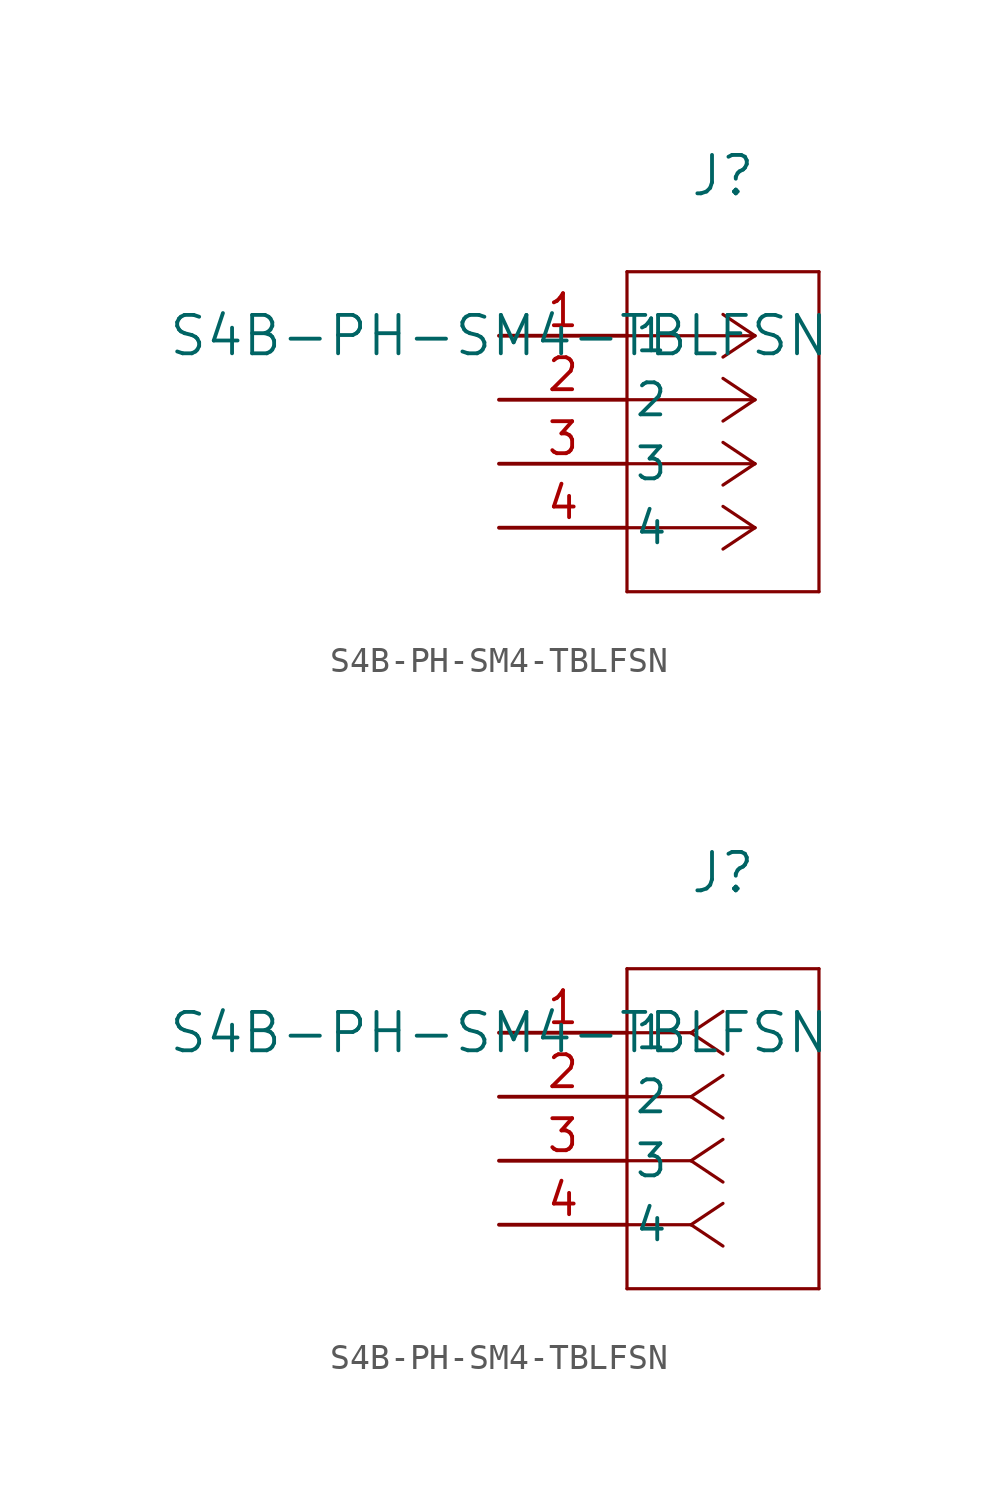
<source format=kicad_sym>
(kicad_symbol_lib
  (version 20211014)
  (generator kicad_symbol_editor)
  (symbol "S4B-PH-SM4-TBLFSN"
    (pin_names
      (offset 0.254))
    (property "Reference" "J"
      (at 8.89 6.35 0)
      (effects (font (size 1.524 1.524))))
    (property "Value" "S4B-PH-SM4-TBLFSN"
      (at 0 0 0)
      (effects (font (size 1.524 1.524))))
    (symbol "S4B-PH-SM4-TBLFSN_1_1"
      (polyline (pts (xy 10.16 0) (xy 5.08 0)) (stroke (width 0.127) (type default) (color 0 0 0 0)) (fill (type none)))
      (polyline (pts (xy 10.16 -2.54) (xy 5.08 -2.54)) (stroke (width 0.127) (type default) (color 0 0 0 0)) (fill (type none)))
      (polyline (pts (xy 10.16 -5.08) (xy 5.08 -5.08)) (stroke (width 0.127) (type default) (color 0 0 0 0)) (fill (type none)))
      (polyline (pts (xy 10.16 -7.62) (xy 5.08 -7.62)) (stroke (width 0.127) (type default) (color 0 0 0 0)) (fill (type none)))
      (polyline (pts (xy 10.16 0) (xy 8.89 0.847)) (stroke (width 0.127) (type default) (color 0 0 0 0)) (fill (type none)))
      (polyline (pts (xy 10.16 -2.54) (xy 8.89 -1.693)) (stroke (width 0.127) (type default) (color 0 0 0 0)) (fill (type none)))
      (polyline (pts (xy 10.16 -5.08) (xy 8.89 -4.233)) (stroke (width 0.127) (type default) (color 0 0 0 0)) (fill (type none)))
      (polyline (pts (xy 10.16 -7.62) (xy 8.89 -6.773)) (stroke (width 0.127) (type default) (color 0 0 0 0)) (fill (type none)))
      (polyline (pts (xy 10.16 0) (xy 8.89 -0.847)) (stroke (width 0.127) (type default) (color 0 0 0 0)) (fill (type none)))
      (polyline (pts (xy 10.16 -2.54) (xy 8.89 -3.387)) (stroke (width 0.127) (type default) (color 0 0 0 0)) (fill (type none)))
      (polyline (pts (xy 10.16 -5.08) (xy 8.89 -5.927)) (stroke (width 0.127) (type default) (color 0 0 0 0)) (fill (type none)))
      (polyline (pts (xy 10.16 -7.62) (xy 8.89 -8.467)) (stroke (width 0.127) (type default) (color 0 0 0 0)) (fill (type none)))
      (polyline (pts (xy 5.08 2.54) (xy 5.08 -10.16)) (stroke (width 0.127) (type default) (color 0 0 0 0)) (fill (type none)))
      (polyline (pts (xy 5.08 -10.16) (xy 12.7 -10.16)) (stroke (width 0.127) (type default) (color 0 0 0 0)) (fill (type none)))
      (polyline (pts (xy 12.7 -10.16) (xy 12.7 2.54)) (stroke (width 0.127) (type default) (color 0 0 0 0)) (fill (type none)))
      (polyline (pts (xy 12.7 2.54) (xy 5.08 2.54)) (stroke (width 0.127) (type default) (color 0 0 0 0)) (fill (type none)))
      (pin unspecified line (at 0 0 0) (length 5.08) (name "1" (effects (font (size 1.27 1.27)))) (number "1" (effects (font (size 1.27 1.27)))))
      (pin unspecified line (at 0 -2.54 0) (length 5.08) (name "2" (effects (font (size 1.27 1.27)))) (number "2" (effects (font (size 1.27 1.27)))))
      (pin unspecified line (at 0 -5.08 0) (length 5.08) (name "3" (effects (font (size 1.27 1.27)))) (number "3" (effects (font (size 1.27 1.27)))))
      (pin unspecified line (at 0 -7.62 0) (length 5.08) (name "4" (effects (font (size 1.27 1.27)))) (number "4" (effects (font (size 1.27 1.27))))))
    (symbol "S4B-PH-SM4-TBLFSN_1_2"
      (polyline (pts (xy 7.62 0) (xy 5.08 0)) (stroke (width 0.127) (type default) (color 0 0 0 0)) (fill (type none)))
      (polyline (pts (xy 7.62 -2.54) (xy 5.08 -2.54)) (stroke (width 0.127) (type default) (color 0 0 0 0)) (fill (type none)))
      (polyline (pts (xy 7.62 -5.08) (xy 5.08 -5.08)) (stroke (width 0.127) (type default) (color 0 0 0 0)) (fill (type none)))
      (polyline (pts (xy 7.62 -7.62) (xy 5.08 -7.62)) (stroke (width 0.127) (type default) (color 0 0 0 0)) (fill (type none)))
      (polyline (pts (xy 7.62 0) (xy 8.89 0.847)) (stroke (width 0.127) (type default) (color 0 0 0 0)) (fill (type none)))
      (polyline (pts (xy 7.62 -2.54) (xy 8.89 -1.693)) (stroke (width 0.127) (type default) (color 0 0 0 0)) (fill (type none)))
      (polyline (pts (xy 7.62 -5.08) (xy 8.89 -4.233)) (stroke (width 0.127) (type default) (color 0 0 0 0)) (fill (type none)))
      (polyline (pts (xy 7.62 -7.62) (xy 8.89 -6.773)) (stroke (width 0.127) (type default) (color 0 0 0 0)) (fill (type none)))
      (polyline (pts (xy 7.62 0) (xy 8.89 -0.847)) (stroke (width 0.127) (type default) (color 0 0 0 0)) (fill (type none)))
      (polyline (pts (xy 7.62 -2.54) (xy 8.89 -3.387)) (stroke (width 0.127) (type default) (color 0 0 0 0)) (fill (type none)))
      (polyline (pts (xy 7.62 -5.08) (xy 8.89 -5.927)) (stroke (width 0.127) (type default) (color 0 0 0 0)) (fill (type none)))
      (polyline (pts (xy 7.62 -7.62) (xy 8.89 -8.467)) (stroke (width 0.127) (type default) (color 0 0 0 0)) (fill (type none)))
      (polyline (pts (xy 5.08 2.54) (xy 5.08 -10.16)) (stroke (width 0.127) (type default) (color 0 0 0 0)) (fill (type none)))
      (polyline (pts (xy 5.08 -10.16) (xy 12.7 -10.16)) (stroke (width 0.127) (type default) (color 0 0 0 0)) (fill (type none)))
      (polyline (pts (xy 12.7 -10.16) (xy 12.7 2.54)) (stroke (width 0.127) (type default) (color 0 0 0 0)) (fill (type none)))
      (polyline (pts (xy 12.7 2.54) (xy 5.08 2.54)) (stroke (width 0.127) (type default) (color 0 0 0 0)) (fill (type none)))
      (pin unspecified line (at 0 0 0) (length 5.08) (name "1" (effects (font (size 1.27 1.27)))) (number "1" (effects (font (size 1.27 1.27)))))
      (pin unspecified line (at 0 -2.54 0) (length 5.08) (name "2" (effects (font (size 1.27 1.27)))) (number "2" (effects (font (size 1.27 1.27)))))
      (pin unspecified line (at 0 -5.08 0) (length 5.08) (name "3" (effects (font (size 1.27 1.27)))) (number "3" (effects (font (size 1.27 1.27)))))
      (pin unspecified line (at 0 -7.62 0) (length 5.08) (name "4" (effects (font (size 1.27 1.27)))) (number "4" (effects (font (size 1.27 1.27))))))))
</source>
